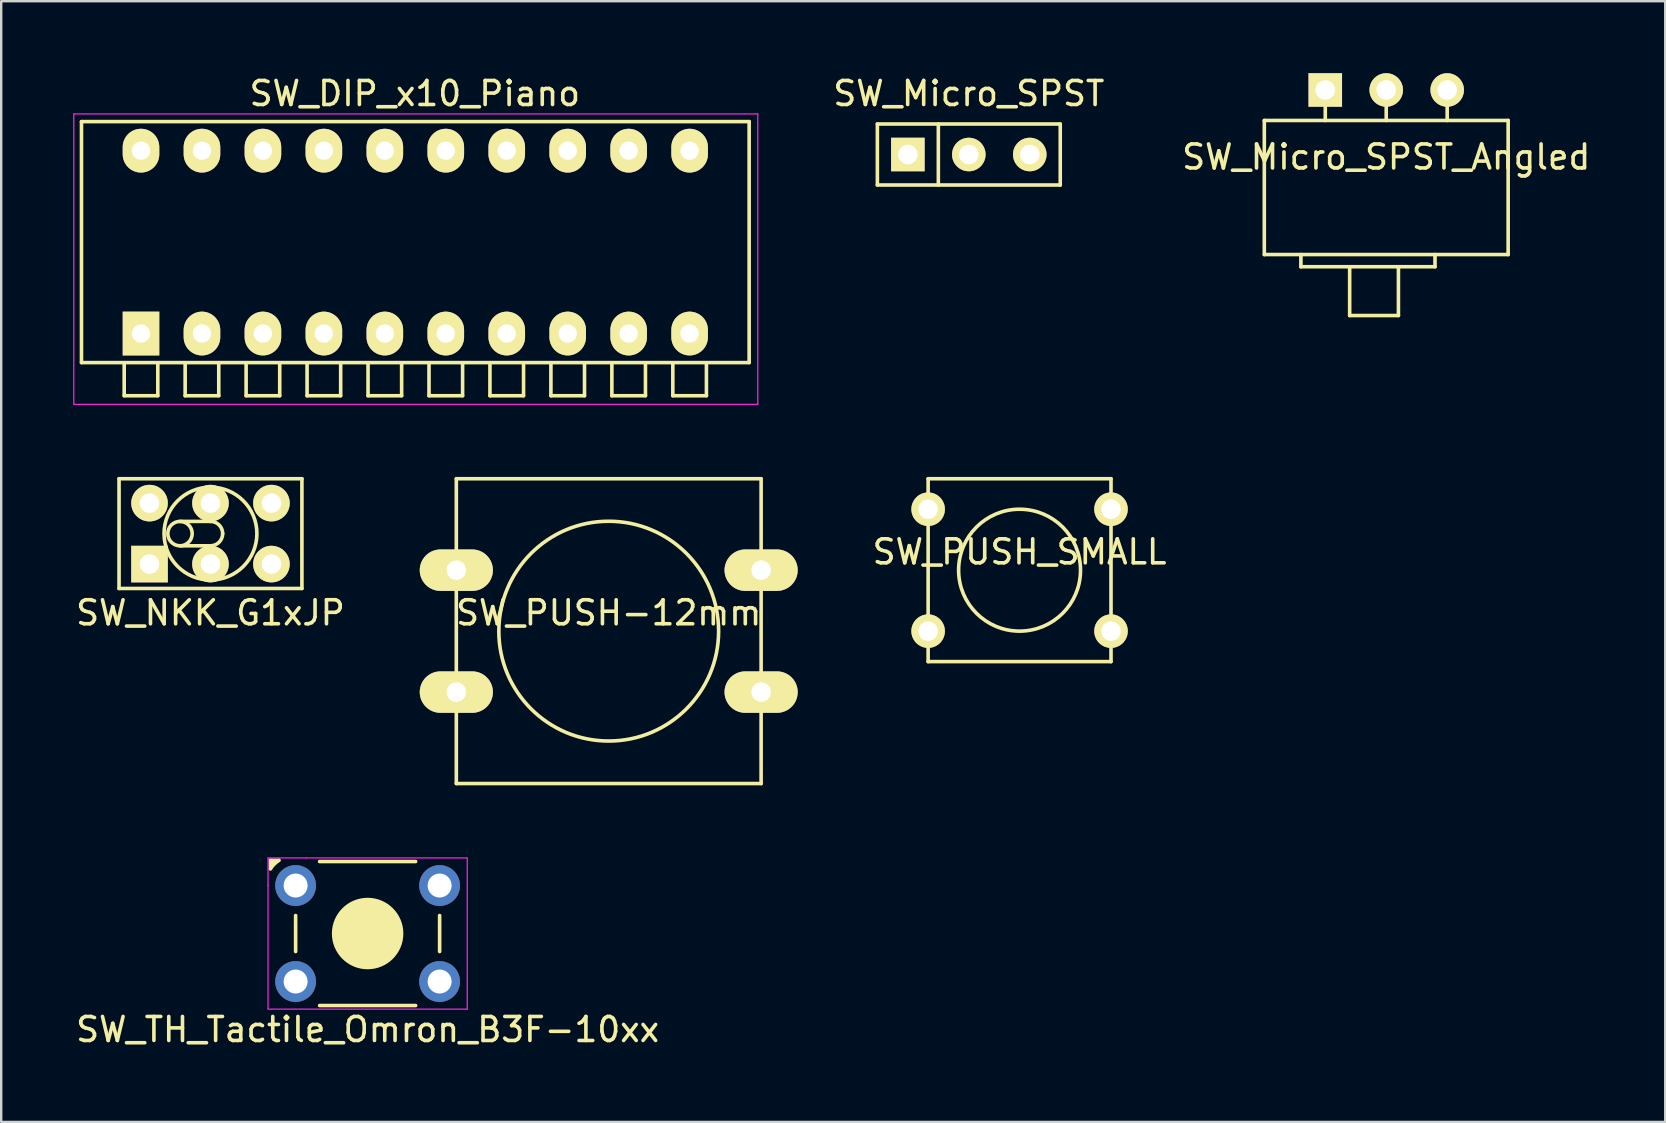
<source format=kicad_pcb>
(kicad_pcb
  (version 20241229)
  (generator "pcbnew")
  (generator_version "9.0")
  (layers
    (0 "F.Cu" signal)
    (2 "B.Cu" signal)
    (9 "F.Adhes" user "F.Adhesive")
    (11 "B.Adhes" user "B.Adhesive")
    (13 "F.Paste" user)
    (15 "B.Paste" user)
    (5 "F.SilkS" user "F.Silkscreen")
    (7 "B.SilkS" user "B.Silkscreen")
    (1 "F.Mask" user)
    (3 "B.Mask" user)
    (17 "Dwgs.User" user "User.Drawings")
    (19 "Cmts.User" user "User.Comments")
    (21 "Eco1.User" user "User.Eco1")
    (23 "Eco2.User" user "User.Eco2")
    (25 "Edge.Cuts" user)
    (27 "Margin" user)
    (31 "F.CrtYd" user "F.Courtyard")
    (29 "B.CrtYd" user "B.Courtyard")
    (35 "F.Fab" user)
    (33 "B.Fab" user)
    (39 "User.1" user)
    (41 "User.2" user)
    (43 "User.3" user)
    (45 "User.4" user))
  (footprint "SW_TH_Tactile_Omron_B3F-10xx"
    (layer "F.Cu")
    (at 9.268 33.848)
    (property "Reference" "SW_TH_Tactile_Omron_B3F-10xx" (at 3 6 0) (layer "F.SilkS") (effects (font (size 1 1) (thickness 0.15))))
    (attr through_hole)
    (fp_line (start -1.05 -1.05) (end -1.05 -0.7) (stroke (width 0.15) (type solid)) (layer "F.SilkS"))
    (fp_line (start -1.05 -1.05) (end -0.7 -1.05) (stroke (width 0.15) (type solid)) (layer "F.SilkS"))
    (fp_line (start -0.95 -1) (end -0.95 -0.9) (stroke (width 0.15) (type solid)) (layer "F.SilkS"))
    (fp_line (start 0 2) (end 0 2) (stroke (width 0.1) (type solid)) (layer "F.SilkS"))
    (fp_line (start 0 2.75) (end 0 1.25) (stroke (width 0.15) (type solid)) (layer "F.SilkS"))
    (fp_line (start 1 -1) (end 5 -1) (stroke (width 0.15) (type solid)) (layer "F.SilkS"))
    (fp_line (start 1 5) (end 5 5) (stroke (width 0.15) (type solid)) (layer "F.SilkS"))
    (fp_line (start 5 -1) (end 1 -1) (stroke (width 0.1) (type solid)) (layer "F.SilkS"))
    (fp_line (start 5 5) (end 1 5) (stroke (width 0.1) (type solid)) (layer "F.SilkS"))
    (fp_line (start 6 1.25) (end 6 2.75) (stroke (width 0.15) (type solid)) (layer "F.SilkS"))
    (fp_line (start 6 2) (end 6 2) (stroke (width 0.1) (type solid)) (layer "F.SilkS"))
    (fp_arc (start -1.05 -0.7) (mid -0.892328 -0.892328) (end -0.7 -1.05) (stroke (width 0.15) (type solid)) (layer "F.SilkS"))
    (fp_circle (center 3 2) (end 4 3) (stroke (width 0) (type solid)) (fill yes) (layer "F.SilkS"))
    (fp_circle (center 3 2) (end 4 3) (stroke (width 0.15) (type solid)) (fill no) (layer "F.SilkS"))
    (fp_line (start -1.15 -1.15) (end 0.45 -1.15) (stroke (width 0.05) (type solid)) (layer "F.CrtYd"))
    (fp_line (start -1.15 0) (end -1.15 -1.15) (stroke (width 0.05) (type solid)) (layer "F.CrtYd"))
    (fp_line (start -1.15 0) (end -1.15 5.15) (stroke (width 0.05) (type solid)) (layer "F.CrtYd"))
    (fp_line (start -1.15 5.15) (end 7.15 5.15) (stroke (width 0.05) (type solid)) (layer "F.CrtYd"))
    (fp_line (start 7.15 -1.15) (end 0.45 -1.15) (stroke (width 0.05) (type solid)) (layer "F.CrtYd"))
    (fp_line (start 7.15 5.15) (end 7.15 -1.15) (stroke (width 0.05) (type solid)) (layer "F.CrtYd"))
    (pad "1" thru_hole circle (at 0 0) (size 1.7 1.7) (drill 1) (layers "*.Cu" "*.Mask"))
    (pad "2" thru_hole circle (at 6 0) (size 1.7 1.7) (drill 1) (layers "*.Cu" "*.Mask"))
    (pad "3" thru_hole circle (at 0 4) (size 1.7 1.7) (drill 1) (layers "*.Cu" "*.Mask"))
    (pad "4" thru_hole circle (at 6 4) (size 1.7 1.7) (drill 1) (layers "*.Cu" "*.Mask")))
  (footprint "SW_PUSH_SMALL"
    (layer "F.Cu")
    (at 39.433 20.708)
    (property "Reference" "SW_PUSH_SMALL" (at 0 -0.762 0) (layer "F.SilkS") (effects (font (size 1 1) (thickness 0.15))))
    (attr through_hole)
    (fp_line (start -3.81 -3.81) (end -3.81 3.81) (stroke (width 0.15) (type solid)) (layer "F.SilkS"))
    (fp_line (start -3.81 -3.81) (end 3.81 -3.81) (stroke (width 0.15) (type solid)) (layer "F.SilkS"))
    (fp_line (start 3.81 -3.81) (end 3.81 3.81) (stroke (width 0.15) (type solid)) (layer "F.SilkS"))
    (fp_line (start 3.81 3.81) (end -3.81 3.81) (stroke (width 0.15) (type solid)) (layer "F.SilkS"))
    (fp_circle (center 0 0) (end 0 -2.54) (stroke (width 0.15) (type solid)) (fill no) (layer "F.SilkS"))
    (pad "1" thru_hole circle (at -3.81 -2.54) (size 1.397 1.397) (drill 0.813) (layers "*.Cu" "*.Mask" "F.SilkS"))
    (pad "1" thru_hole circle (at 3.81 -2.54) (size 1.397 1.397) (drill 0.813) (layers "*.Cu" "*.Mask" "F.SilkS"))
    (pad "2" thru_hole circle (at -3.81 2.54) (size 1.397 1.397) (drill 0.813) (layers "*.Cu" "*.Mask" "F.SilkS"))
    (pad "2" thru_hole circle (at 3.81 2.54) (size 1.397 1.397) (drill 0.813) (layers "*.Cu" "*.Mask" "F.SilkS")))
  (footprint "SW_Micro_SPST_Angled"
    (layer "F.Cu")
    (at 54.711 0.699)
    (property "Reference" "SW_Micro_SPST_Angled" (at 0 2.794 0) (layer "F.SilkS") (effects (font (size 1 1) (thickness 0.15))))
    (attr through_hole)
    (fp_line (start -5.08 1.27) (end -5.08 6.858) (stroke (width 0.15) (type solid)) (layer "F.SilkS"))
    (fp_line (start -5.08 1.27) (end 5.08 1.27) (stroke (width 0.15) (type solid)) (layer "F.SilkS"))
    (fp_line (start -3.556 6.858) (end -3.556 7.366) (stroke (width 0.15) (type solid)) (layer "F.SilkS"))
    (fp_line (start -3.556 7.366) (end 2.032 7.366) (stroke (width 0.15) (type solid)) (layer "F.SilkS"))
    (fp_line (start -2.54 0) (end -2.54 1.27) (stroke (width 0.15) (type solid)) (layer "F.SilkS"))
    (fp_line (start -1.524 7.366) (end -1.524 9.398) (stroke (width 0.15) (type solid)) (layer "F.SilkS"))
    (fp_line (start -1.524 9.398) (end 0.508 9.398) (stroke (width 0.15) (type solid)) (layer "F.SilkS"))
    (fp_line (start 0 0) (end 0 1.27) (stroke (width 0.15) (type solid)) (layer "F.SilkS"))
    (fp_line (start 0.508 7.366) (end 0.508 9.398) (stroke (width 0.15) (type solid)) (layer "F.SilkS"))
    (fp_line (start 2.032 7.366) (end 2.032 6.858) (stroke (width 0.15) (type solid)) (layer "F.SilkS"))
    (fp_line (start 2.54 0) (end 2.54 1.27) (stroke (width 0.15) (type solid)) (layer "F.SilkS"))
    (fp_line (start 5.08 1.27) (end 5.08 6.858) (stroke (width 0.15) (type solid)) (layer "F.SilkS"))
    (fp_line (start 5.08 6.858) (end -5.08 6.858) (stroke (width 0.15) (type solid)) (layer "F.SilkS"))
    (pad "1" thru_hole rect (at -2.54 0) (size 1.397 1.397) (drill 0.813) (layers "*.Cu" "*.Mask" "F.SilkS"))
    (pad "2" thru_hole circle (at 0 0) (size 1.397 1.397) (drill 0.813) (layers "*.Cu" "*.Mask" "F.SilkS"))
    (pad "3" thru_hole circle (at 2.54 0) (size 1.397 1.397) (drill 0.813) (layers "*.Cu" "*.Mask" "F.SilkS")))
  (footprint "SW_Micro_SPST"
    (layer "F.Cu")
    (at 37.318 3.388)
    (property "Reference" "SW_Micro_SPST" (at 0 -2.54 0) (layer "F.SilkS") (effects (font (size 1 1) (thickness 0.15))))
    (attr through_hole)
    (fp_line (start -3.81 -1.27) (end 3.81 -1.27) (stroke (width 0.15) (type solid)) (layer "F.SilkS"))
    (fp_line (start -3.81 1.27) (end -3.81 -1.27) (stroke (width 0.15) (type solid)) (layer "F.SilkS"))
    (fp_line (start -1.27 -1.27) (end -1.27 1.27) (stroke (width 0.15) (type solid)) (layer "F.SilkS"))
    (fp_line (start 3.81 -1.27) (end 3.81 1.27) (stroke (width 0.15) (type solid)) (layer "F.SilkS"))
    (fp_line (start 3.81 1.27) (end -3.81 1.27) (stroke (width 0.15) (type solid)) (layer "F.SilkS"))
    (pad "1" thru_hole rect (at -2.54 0) (size 1.397 1.397) (drill 0.813) (layers "*.Cu" "*.Mask" "F.SilkS"))
    (pad "2" thru_hole circle (at 0 0) (size 1.397 1.397) (drill 0.813) (layers "*.Cu" "*.Mask" "F.SilkS"))
    (pad "3" thru_hole circle (at 2.54 0) (size 1.397 1.397) (drill 0.813) (layers "*.Cu" "*.Mask" "F.SilkS")))
  (footprint "SW_NKK_G1xJP"
    (layer "F.Cu")
    (at 5.72 19.184)
    (property "Reference" "SW_NKK_G1xJP" (at 0 3.302 0) (layer "F.SilkS") (effects (font (size 1 1) (thickness 0.15))))
    (attr through_hole)
    (fp_line (start -3.81 -2.286) (end -3.81 2.286) (stroke (width 0.15) (type solid)) (layer "F.SilkS"))
    (fp_line (start -3.81 -2.286) (end 3.81 -2.286) (stroke (width 0.15) (type solid)) (layer "F.SilkS"))
    (fp_line (start -1.27 -0.508) (end 0 -0.508) (stroke (width 0.15) (type solid)) (layer "F.SilkS"))
    (fp_line (start 0 0.508) (end -1.27 0.508) (stroke (width 0.15) (type solid)) (layer "F.SilkS"))
    (fp_line (start 3.81 -2.286) (end 3.81 2.286) (stroke (width 0.15) (type solid)) (layer "F.SilkS"))
    (fp_line (start 3.81 2.286) (end -3.81 2.286) (stroke (width 0.15) (type solid)) (layer "F.SilkS"))
    (fp_arc (start 0 -0.508) (mid 0.35921 -0.35921) (end 0.508 0) (stroke (width 0.15) (type solid)) (layer "F.SilkS"))
    (fp_arc (start 0.508 0) (mid 0.35921 0.35921) (end 0 0.508) (stroke (width 0.15) (type solid)) (layer "F.SilkS"))
    (fp_circle (center -1.27 0) (end -1.778 0) (stroke (width 0.15) (type solid)) (fill no) (layer "F.SilkS"))
    (fp_circle (center 0 0) (end -0.762 -1.778) (stroke (width 0.15) (type solid)) (fill no) (layer "F.SilkS"))
    (pad "1" thru_hole rect (at -2.54 1.27) (size 1.524 1.524) (drill 0.813) (layers "*.Cu" "*.Mask" "F.SilkS"))
    (pad "2" thru_hole circle (at 0 1.27) (size 1.524 1.524) (drill 0.813) (layers "*.Cu" "*.Mask" "F.SilkS"))
    (pad "3" thru_hole circle (at 2.54 1.27) (size 1.524 1.524) (drill 0.813) (layers "*.Cu" "*.Mask" "F.SilkS"))
    (pad "4" thru_hole circle (at 2.54 -1.27) (size 1.524 1.524) (drill 0.813) (layers "*.Cu" "*.Mask" "F.SilkS"))
    (pad "5" thru_hole circle (at 0 -1.27) (size 1.524 1.524) (drill 0.813) (layers "*.Cu" "*.Mask" "F.SilkS"))
    (pad "6" thru_hole circle (at -2.54 -1.27) (size 1.524 1.524) (drill 0.813) (layers "*.Cu" "*.Mask" "F.SilkS")))
  (footprint "SW_PUSH-12mm"
    (layer "F.Cu")
    (at 22.314 23.248)
    (property "Reference" "SW_PUSH-12mm" (at 0 -0.762 0) (layer "F.SilkS") (effects (font (size 1 1) (thickness 0.15))))
    (attr through_hole)
    (fp_line (start -6.35 -6.35) (end 6.35 -6.35) (stroke (width 0.15) (type solid)) (layer "F.SilkS"))
    (fp_line (start -6.35 6.35) (end -6.35 -6.35) (stroke (width 0.15) (type solid)) (layer "F.SilkS"))
    (fp_line (start 6.35 -6.35) (end 6.35 6.35) (stroke (width 0.15) (type solid)) (layer "F.SilkS"))
    (fp_line (start 6.35 6.35) (end -6.35 6.35) (stroke (width 0.15) (type solid)) (layer "F.SilkS"))
    (fp_circle (center 0 0) (end 3.81 2.54) (stroke (width 0.15) (type solid)) (fill no) (layer "F.SilkS"))
    (pad "1" thru_hole oval (at -6.35 -2.54) (size 3.048 1.727) (drill 0.813) (layers "*.Cu" "*.Mask" "F.SilkS"))
    (pad "1" thru_hole oval (at 6.35 -2.54) (size 3.048 1.727) (drill 0.813) (layers "*.Cu" "*.Mask" "F.SilkS"))
    (pad "2" thru_hole oval (at -6.35 2.54) (size 3.048 1.727) (drill 0.813) (layers "*.Cu" "*.Mask" "F.SilkS"))
    (pad "2" thru_hole oval (at 6.35 2.54) (size 3.048 1.727) (drill 0.813) (layers "*.Cu" "*.Mask" "F.SilkS")))
  (footprint "SW_DIP_x10_Piano"
    (layer "F.Cu")
    (at 2.825 10.848)
    (property "Reference" "SW_DIP_x10_Piano" (at 11.41 -10 0) (layer "F.SilkS") (effects (font (size 1 1) (thickness 0.15))))
    (attr through_hole)
    (fp_line (start -2.48 -8.83) (end 25.34 -8.83) (stroke (width 0.15) (type solid)) (layer "F.SilkS"))
    (fp_line (start -2.48 1.21) (end -2.48 -8.83) (stroke (width 0.15) (type solid)) (layer "F.SilkS"))
    (fp_line (start -0.7 1.22) (end -0.7 2.59) (stroke (width 0.15) (type solid)) (layer "F.SilkS"))
    (fp_line (start -0.7 2.59) (end 0.7 2.59) (stroke (width 0.15) (type solid)) (layer "F.SilkS"))
    (fp_line (start 0.7 2.59) (end 0.7 1.22) (stroke (width 0.15) (type solid)) (layer "F.SilkS"))
    (fp_line (start 1.84 1.22) (end 1.84 2.59) (stroke (width 0.15) (type solid)) (layer "F.SilkS"))
    (fp_line (start 1.84 2.59) (end 3.24 2.59) (stroke (width 0.15) (type solid)) (layer "F.SilkS"))
    (fp_line (start 3.24 2.59) (end 3.24 1.22) (stroke (width 0.15) (type solid)) (layer "F.SilkS"))
    (fp_line (start 4.38 1.22) (end 4.38 2.59) (stroke (width 0.15) (type solid)) (layer "F.SilkS"))
    (fp_line (start 4.38 2.59) (end 5.78 2.59) (stroke (width 0.15) (type solid)) (layer "F.SilkS"))
    (fp_line (start 5.78 2.59) (end 5.78 1.22) (stroke (width 0.15) (type solid)) (layer "F.SilkS"))
    (fp_line (start 6.92 1.22) (end 6.92 2.59) (stroke (width 0.15) (type solid)) (layer "F.SilkS"))
    (fp_line (start 6.92 2.59) (end 8.32 2.59) (stroke (width 0.15) (type solid)) (layer "F.SilkS"))
    (fp_line (start 8.32 2.59) (end 8.32 1.22) (stroke (width 0.15) (type solid)) (layer "F.SilkS"))
    (fp_line (start 9.46 1.22) (end 9.46 2.59) (stroke (width 0.15) (type solid)) (layer "F.SilkS"))
    (fp_line (start 9.46 2.59) (end 10.86 2.59) (stroke (width 0.15) (type solid)) (layer "F.SilkS"))
    (fp_line (start 10.86 2.59) (end 10.86 1.22) (stroke (width 0.15) (type solid)) (layer "F.SilkS"))
    (fp_line (start 12 1.22) (end 12 2.59) (stroke (width 0.15) (type solid)) (layer "F.SilkS"))
    (fp_line (start 12 2.59) (end 13.4 2.59) (stroke (width 0.15) (type solid)) (layer "F.SilkS"))
    (fp_line (start 13.4 2.59) (end 13.4 1.22) (stroke (width 0.15) (type solid)) (layer "F.SilkS"))
    (fp_line (start 14.54 1.22) (end 14.54 2.59) (stroke (width 0.15) (type solid)) (layer "F.SilkS"))
    (fp_line (start 14.54 2.59) (end 15.94 2.59) (stroke (width 0.15) (type solid)) (layer "F.SilkS"))
    (fp_line (start 15.94 2.59) (end 15.94 1.22) (stroke (width 0.15) (type solid)) (layer "F.SilkS"))
    (fp_line (start 17.08 1.22) (end 17.08 2.59) (stroke (width 0.15) (type solid)) (layer "F.SilkS"))
    (fp_line (start 17.08 2.59) (end 18.48 2.59) (stroke (width 0.15) (type solid)) (layer "F.SilkS"))
    (fp_line (start 18.48 2.59) (end 18.48 1.22) (stroke (width 0.15) (type solid)) (layer "F.SilkS"))
    (fp_line (start 19.62 1.22) (end 19.62 2.59) (stroke (width 0.15) (type solid)) (layer "F.SilkS"))
    (fp_line (start 19.62 2.59) (end 21.02 2.59) (stroke (width 0.15) (type solid)) (layer "F.SilkS"))
    (fp_line (start 21.02 2.59) (end 21.02 1.22) (stroke (width 0.15) (type solid)) (layer "F.SilkS"))
    (fp_line (start 22.16 1.22) (end 22.16 2.59) (stroke (width 0.15) (type solid)) (layer "F.SilkS"))
    (fp_line (start 22.16 2.59) (end 23.56 2.59) (stroke (width 0.15) (type solid)) (layer "F.SilkS"))
    (fp_line (start 23.56 2.59) (end 23.56 1.22) (stroke (width 0.15) (type solid)) (layer "F.SilkS"))
    (fp_line (start 25.34 -8.83) (end 25.34 1.21) (stroke (width 0.15) (type solid)) (layer "F.SilkS"))
    (fp_line (start 25.34 1.21) (end -2.48 1.21) (stroke (width 0.15) (type solid)) (layer "F.SilkS"))
    (fp_line (start -2.8 -9.15) (end -2.8 2.95) (stroke (width 0.05) (type solid)) (layer "F.CrtYd"))
    (fp_line (start -2.8 2.95) (end 25.7 2.95) (stroke (width 0.05) (type solid)) (layer "F.CrtYd"))
    (fp_line (start 25.7 -9.15) (end -2.8 -9.15) (stroke (width 0.05) (type solid)) (layer "F.CrtYd"))
    (fp_line (start 25.7 2.95) (end 25.7 -9.15) (stroke (width 0.05) (type solid)) (layer "F.CrtYd"))
    (pad "1" thru_hole rect (at 0 0) (size 1.524 1.824) (drill 0.762) (layers "*.Cu" "*.Mask" "F.SilkS"))
    (pad "2" thru_hole oval (at 2.54 0) (size 1.524 1.824) (drill 0.762) (layers "*.Cu" "*.Mask" "F.SilkS"))
    (pad "3" thru_hole oval (at 5.08 0) (size 1.524 1.824) (drill 0.762) (layers "*.Cu" "*.Mask" "F.SilkS"))
    (pad "4" thru_hole oval (at 7.62 0) (size 1.524 1.824) (drill 0.762) (layers "*.Cu" "*.Mask" "F.SilkS"))
    (pad "5" thru_hole oval (at 10.16 0) (size 1.524 1.824) (drill 0.762) (layers "*.Cu" "*.Mask" "F.SilkS"))
    (pad "6" thru_hole oval (at 12.7 0) (size 1.524 1.824) (drill 0.762) (layers "*.Cu" "*.Mask" "F.SilkS"))
    (pad "7" thru_hole oval (at 15.24 0) (size 1.524 1.824) (drill 0.762) (layers "*.Cu" "*.Mask" "F.SilkS"))
    (pad "8" thru_hole oval (at 17.78 0) (size 1.524 1.824) (drill 0.762) (layers "*.Cu" "*.Mask" "F.SilkS"))
    (pad "9" thru_hole oval (at 20.32 0) (size 1.524 1.824) (drill 0.762) (layers "*.Cu" "*.Mask" "F.SilkS"))
    (pad "10" thru_hole oval (at 22.86 0) (size 1.524 1.824) (drill 0.762) (layers "*.Cu" "*.Mask" "F.SilkS"))
    (pad "11" thru_hole oval (at 22.86 -7.62) (size 1.524 1.824) (drill 0.762) (layers "*.Cu" "*.Mask" "F.SilkS"))
    (pad "12" thru_hole oval (at 20.32 -7.62) (size 1.524 1.824) (drill 0.762) (layers "*.Cu" "*.Mask" "F.SilkS"))
    (pad "13" thru_hole oval (at 17.78 -7.62) (size 1.524 1.824) (drill 0.762) (layers "*.Cu" "*.Mask" "F.SilkS"))
    (pad "14" thru_hole oval (at 15.24 -7.62) (size 1.524 1.824) (drill 0.762) (layers "*.Cu" "*.Mask" "F.SilkS"))
    (pad "15" thru_hole oval (at 12.7 -7.62) (size 1.524 1.824) (drill 0.762) (layers "*.Cu" "*.Mask" "F.SilkS"))
    (pad "16" thru_hole oval (at 10.16 -7.62) (size 1.524 1.824) (drill 0.762) (layers "*.Cu" "*.Mask" "F.SilkS"))
    (pad "17" thru_hole oval (at 7.62 -7.62) (size 1.524 1.824) (drill 0.762) (layers "*.Cu" "*.Mask" "F.SilkS"))
    (pad "18" thru_hole oval (at 5.08 -7.62) (size 1.524 1.824) (drill 0.762) (layers "*.Cu" "*.Mask" "F.SilkS"))
    (pad "19" thru_hole oval (at 2.54 -7.62) (size 1.524 1.824) (drill 0.762) (layers "*.Cu" "*.Mask" "F.SilkS"))
    (pad "20" thru_hole oval (at 0 -7.62) (size 1.524 1.824) (drill 0.762) (layers "*.Cu" "*.Mask" "F.SilkS")))
  (gr_rect
    (start -3 -3)
    (end 66.336 43.697)
    (stroke (width 0.1) (type default))
    (fill no)
    (layer "Edge.Cuts")))
</source>
